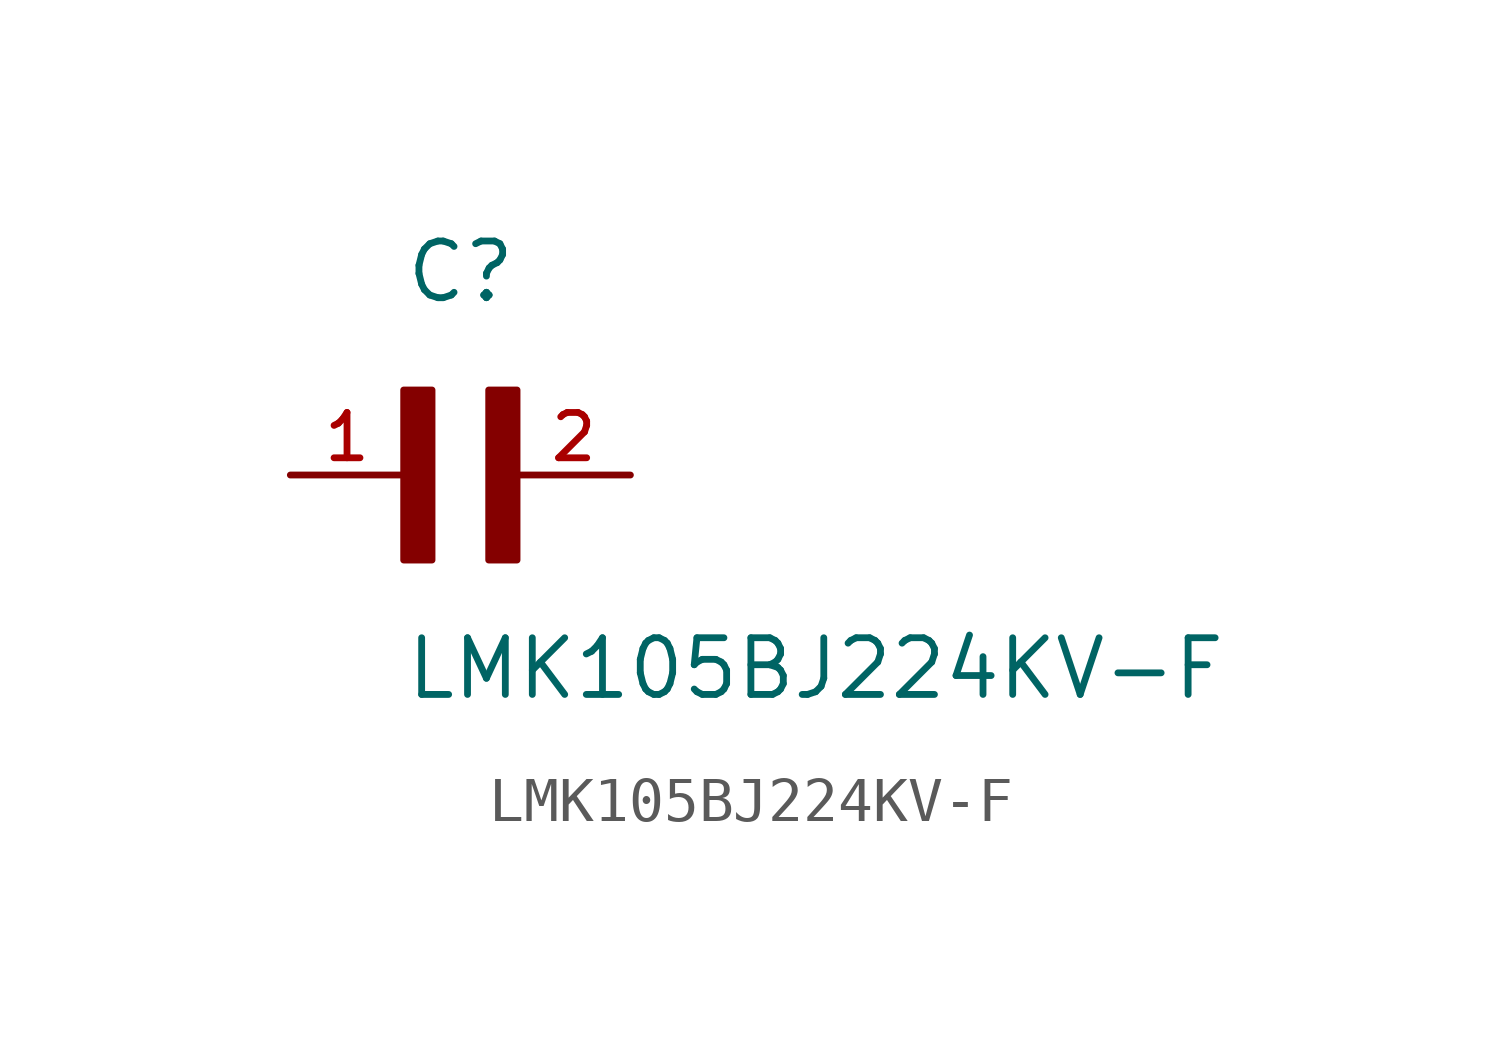
<source format=kicad_sym>
(kicad_symbol_lib
  (version 20220914)
  (generator kicad_symbol_editor)
  (symbol "LMK105BJ224KV-F"
    (pin_names
      (offset 1.016) hide)
    (property "Reference" "C"
      (at 0 3.81 0)
      (effects (font (size 1.27 1.27)) (justify left bottom)))
    (property "Value" "LMK105BJ224KV-F"
      (at 0 -5.08 0)
      (effects (font (size 1.27 1.27)) (justify left bottom)))
    (property "ki_locked" ""
      (at 0 0 0)
      (effects (font (size 1.27 1.27))))
    (symbol "LMK105BJ224KV-F_0_0"
      (rectangle (start 0 -1.905) (end 0.635 1.905) (stroke (width 0) (type solid)) (fill (type outline)))
      (rectangle (start 1.905 -1.905) (end 2.54 1.905) (stroke (width 0) (type solid)) (fill (type outline)))
      (pin passive line (at -2.54 0 0) (length 2.54) (name "~" (effects (font (size 1.016 1.016)))) (number "1" (effects (font (size 1.016 1.016)))))
      (pin passive line (at 5.08 0 180) (length 2.54) (name "~" (effects (font (size 1.016 1.016)))) (number "2" (effects (font (size 1.016 1.016))))))))
</source>
